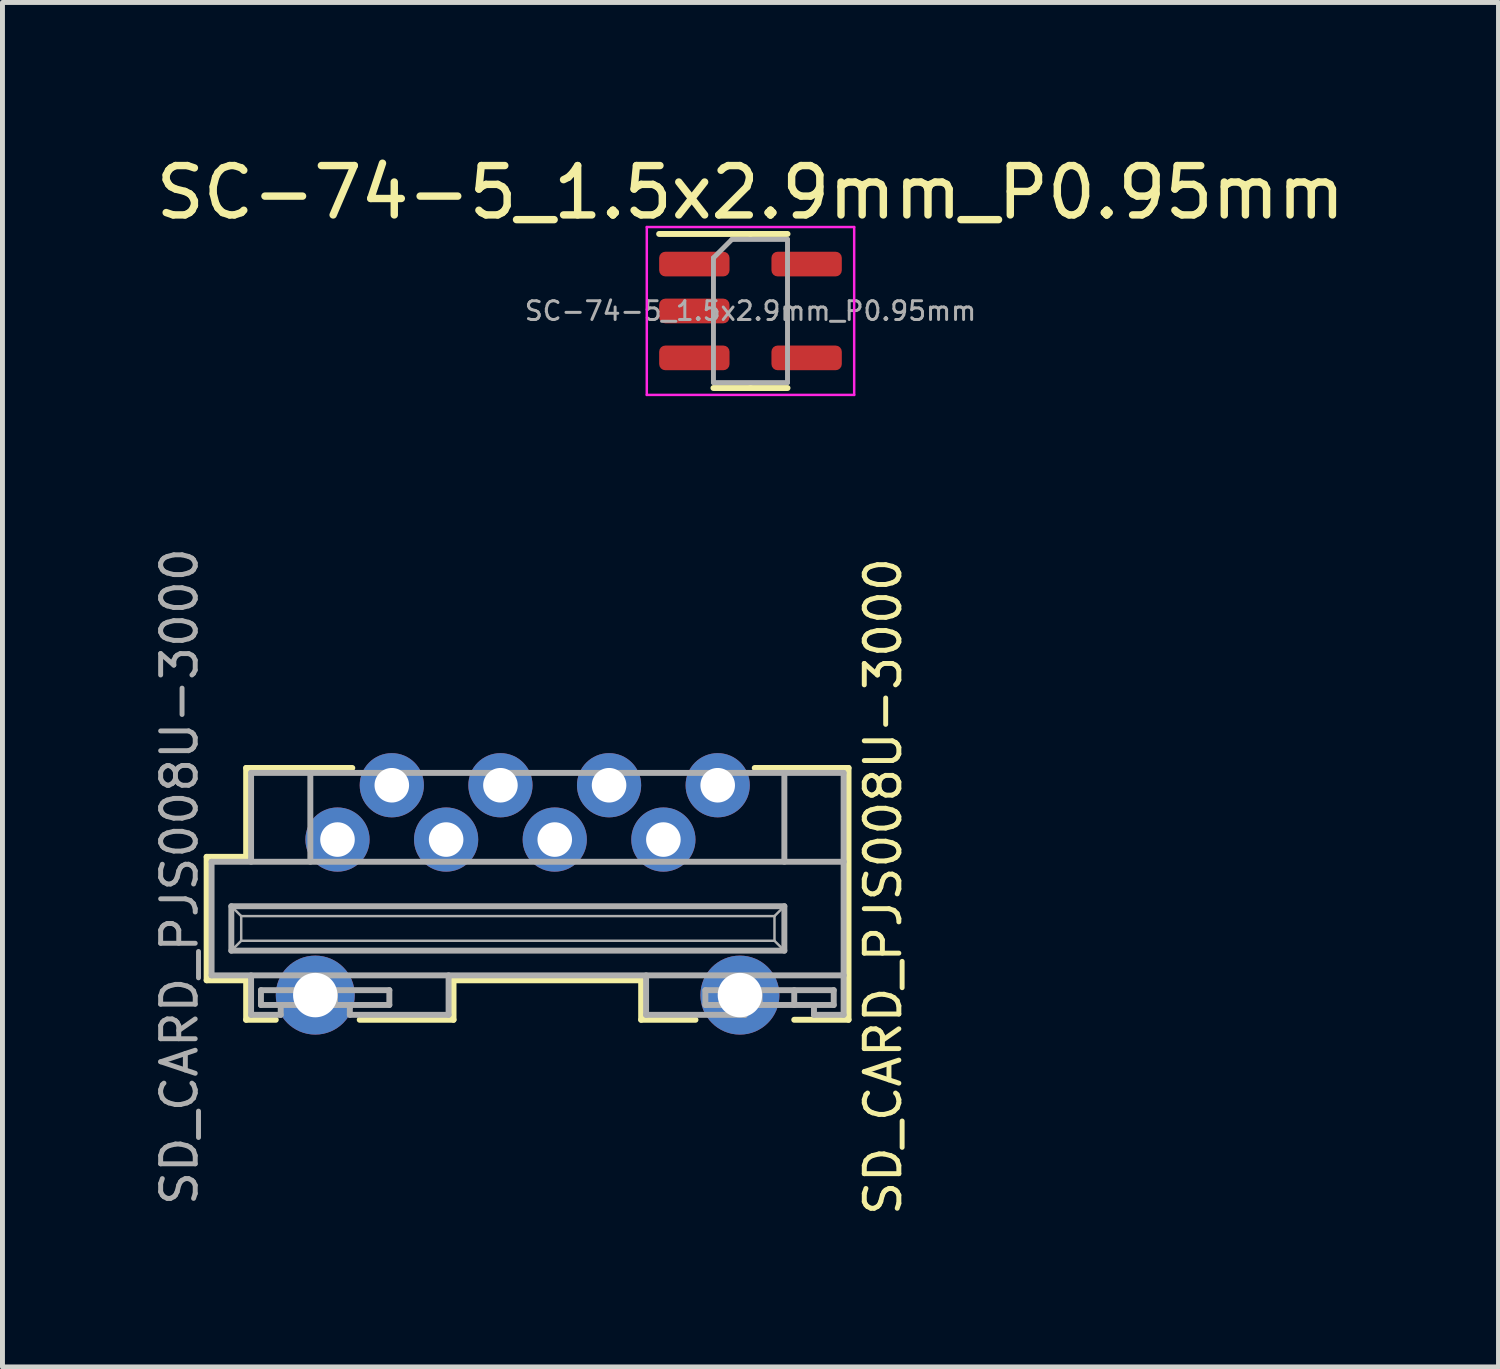
<source format=kicad_pcb>
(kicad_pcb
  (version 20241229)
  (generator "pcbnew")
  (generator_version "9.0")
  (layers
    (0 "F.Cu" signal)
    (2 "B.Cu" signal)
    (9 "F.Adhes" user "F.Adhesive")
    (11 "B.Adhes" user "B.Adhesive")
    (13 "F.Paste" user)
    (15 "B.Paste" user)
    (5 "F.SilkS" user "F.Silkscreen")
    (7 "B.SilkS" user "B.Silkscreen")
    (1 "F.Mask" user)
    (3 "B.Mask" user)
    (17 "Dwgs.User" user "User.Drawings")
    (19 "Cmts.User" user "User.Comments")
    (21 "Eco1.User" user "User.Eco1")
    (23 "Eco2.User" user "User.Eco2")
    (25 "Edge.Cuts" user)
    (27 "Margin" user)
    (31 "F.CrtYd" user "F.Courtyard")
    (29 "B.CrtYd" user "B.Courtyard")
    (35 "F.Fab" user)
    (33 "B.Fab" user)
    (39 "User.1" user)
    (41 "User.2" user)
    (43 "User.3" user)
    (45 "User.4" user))
  (footprint "SD_CARD_PJS008U-3000"
    (layer "F.Cu")
    (at 7.635 14.403)
    (property "Reference" "SD_CARD_PJS008U-3000" (at -7.05 0.3 90) (layer "F.Fab") (effects (font (size 0.7 0.7) (thickness 0.1))))
    (attr through_hole)
    (fp_line (start -6.5 -0.1) (end -5.7 -0.1) (stroke (width 0.12) (type solid)) (layer "F.SilkS"))
    (fp_line (start -6.5 2.4) (end -6.5 -0.1) (stroke (width 0.12) (type solid)) (layer "F.SilkS"))
    (fp_line (start -5.7 -1.9) (end -3.55 -1.9) (stroke (width 0.12) (type solid)) (layer "F.SilkS"))
    (fp_line (start -5.7 -0.1) (end -5.7 -1.9) (stroke (width 0.12) (type solid)) (layer "F.SilkS"))
    (fp_line (start -5.7 2.4) (end -6.5 2.4) (stroke (width 0.12) (type solid)) (layer "F.SilkS"))
    (fp_line (start -5.7 3.2) (end -5.7 2.4) (stroke (width 0.12) (type solid)) (layer "F.SilkS"))
    (fp_line (start -5.1 3.2) (end -5.7 3.2) (stroke (width 0.12) (type solid)) (layer "F.SilkS"))
    (fp_line (start -1.5 2.4) (end -1.5 3.2) (stroke (width 0.12) (type solid)) (layer "F.SilkS"))
    (fp_line (start -1.5 3.2) (end -3.4 3.2) (stroke (width 0.12) (type solid)) (layer "F.SilkS"))
    (fp_line (start 2.3 2.4) (end -1.5 2.4) (stroke (width 0.12) (type solid)) (layer "F.SilkS"))
    (fp_line (start 2.3 3.2) (end 2.3 2.4) (stroke (width 0.12) (type solid)) (layer "F.SilkS"))
    (fp_line (start 3.4 3.2) (end 2.3 3.2) (stroke (width 0.12) (type solid)) (layer "F.SilkS"))
    (fp_line (start 6.5 -1.9) (end 4.6 -1.9) (stroke (width 0.12) (type solid)) (layer "F.SilkS"))
    (fp_line (start 6.5 -1.9) (end 6.5 3.2) (stroke (width 0.12) (type solid)) (layer "F.SilkS"))
    (fp_line (start 6.5 3.2) (end 5.4 3.2) (stroke (width 0.12) (type solid)) (layer "F.SilkS"))
    (fp_line (start -6.4 0) (end -6.4 2.3) (stroke (width 0.12) (type solid)) (layer "F.Fab"))
    (fp_line (start -6.4 2.3) (end 6.4 2.3) (stroke (width 0.12) (type solid)) (layer "F.Fab"))
    (fp_line (start -6 0.9) (end 5.2 0.9) (stroke (width 0.12) (type solid)) (layer "F.Fab"))
    (fp_line (start -6 1.8) (end -6 0.9) (stroke (width 0.12) (type solid)) (layer "F.Fab"))
    (fp_line (start -5.8 1.1) (end -6 0.9) (stroke (width 0.05) (type solid)) (layer "F.Fab"))
    (fp_line (start -5.8 1.1) (end 5 1.1) (stroke (width 0.05) (type solid)) (layer "F.Fab"))
    (fp_line (start -5.8 1.6) (end -6 1.8) (stroke (width 0.05) (type solid)) (layer "F.Fab"))
    (fp_line (start -5.8 1.6) (end -5.8 1.1) (stroke (width 0.05) (type solid)) (layer "F.Fab"))
    (fp_line (start -5.6 -1.8) (end -5.6 0) (stroke (width 0.12) (type solid)) (layer "F.Fab"))
    (fp_line (start -5.6 2.3) (end -5.6 3.1) (stroke (width 0.12) (type solid)) (layer "F.Fab"))
    (fp_line (start -5.6 3.1) (end -5 3.1) (stroke (width 0.12) (type solid)) (layer "F.Fab"))
    (fp_line (start -5.4 2.6) (end -2.8 2.6) (stroke (width 0.12) (type solid)) (layer "F.Fab"))
    (fp_line (start -5.4 2.9) (end -5.4 2.6) (stroke (width 0.12) (type solid)) (layer "F.Fab"))
    (fp_line (start -5 2.9) (end -5.4 2.9) (stroke (width 0.12) (type solid)) (layer "F.Fab"))
    (fp_line (start -5 2.9) (end -3.6 2.9) (stroke (width 0.12) (type solid)) (layer "F.Fab"))
    (fp_line (start -5 3.1) (end -5 2.9) (stroke (width 0.12) (type solid)) (layer "F.Fab"))
    (fp_line (start -4.6 2.9) (end -4.6 2.6) (stroke (width 0.12) (type solid)) (layer "F.Fab"))
    (fp_line (start -4.4 0) (end -4.4 -1.8) (stroke (width 0.12) (type solid)) (layer "F.Fab"))
    (fp_line (start -3.9 2.6) (end -3.9 2.9) (stroke (width 0.12) (type solid)) (layer "F.Fab"))
    (fp_line (start -3.6 2.9) (end -3.6 3.1) (stroke (width 0.12) (type solid)) (layer "F.Fab"))
    (fp_line (start -3.6 3.1) (end -1.6 3.1) (stroke (width 0.12) (type solid)) (layer "F.Fab"))
    (fp_line (start -2.8 2.6) (end -2.8 2.9) (stroke (width 0.12) (type solid)) (layer "F.Fab"))
    (fp_line (start -2.8 2.9) (end -3.6 2.9) (stroke (width 0.12) (type solid)) (layer "F.Fab"))
    (fp_line (start -1.6 3.1) (end -1.6 2.3) (stroke (width 0.12) (type solid)) (layer "F.Fab"))
    (fp_line (start 2.4 3.1) (end 2.4 2.3) (stroke (width 0.12) (type solid)) (layer "F.Fab"))
    (fp_line (start 2.4 3.1) (end 4.4 3.1) (stroke (width 0.12) (type solid)) (layer "F.Fab"))
    (fp_line (start 3.6 2.6) (end 3.6 2.9) (stroke (width 0.12) (type solid)) (layer "F.Fab"))
    (fp_line (start 3.6 2.9) (end 4.4 2.9) (stroke (width 0.12) (type solid)) (layer "F.Fab"))
    (fp_line (start 4.4 2.9) (end 4.4 3.1) (stroke (width 0.12) (type solid)) (layer "F.Fab"))
    (fp_line (start 4.4 2.9) (end 5.8 2.9) (stroke (width 0.12) (type solid)) (layer "F.Fab"))
    (fp_line (start 4.7 2.9) (end 4.7 2.6) (stroke (width 0.12) (type solid)) (layer "F.Fab"))
    (fp_line (start 5 1.1) (end 5 1.6) (stroke (width 0.05) (type solid)) (layer "F.Fab"))
    (fp_line (start 5 1.1) (end 5.2 0.9) (stroke (width 0.05) (type solid)) (layer "F.Fab"))
    (fp_line (start 5 1.6) (end -5.8 1.6) (stroke (width 0.05) (type solid)) (layer "F.Fab"))
    (fp_line (start 5 1.6) (end 5.2 1.8) (stroke (width 0.05) (type solid)) (layer "F.Fab"))
    (fp_line (start 5.2 0) (end 5.2 -1.8) (stroke (width 0.12) (type solid)) (layer "F.Fab"))
    (fp_line (start 5.2 0.9) (end 5.2 1.8) (stroke (width 0.12) (type solid)) (layer "F.Fab"))
    (fp_line (start 5.2 1.8) (end -6 1.8) (stroke (width 0.12) (type solid)) (layer "F.Fab"))
    (fp_line (start 5.4 2.9) (end 5.4 2.6) (stroke (width 0.12) (type solid)) (layer "F.Fab"))
    (fp_line (start 5.8 2.9) (end 6.2 2.9) (stroke (width 0.12) (type solid)) (layer "F.Fab"))
    (fp_line (start 5.8 3.1) (end 5.8 2.9) (stroke (width 0.12) (type solid)) (layer "F.Fab"))
    (fp_line (start 6.2 2.6) (end 3.6 2.6) (stroke (width 0.12) (type solid)) (layer "F.Fab"))
    (fp_line (start 6.2 2.9) (end 6.2 2.6) (stroke (width 0.12) (type solid)) (layer "F.Fab"))
    (fp_line (start 6.4 -1.8) (end -5.6 -1.8) (stroke (width 0.12) (type solid)) (layer "F.Fab"))
    (fp_line (start 6.4 0) (end -6.4 0) (stroke (width 0.12) (type solid)) (layer "F.Fab"))
    (fp_line (start 6.4 0) (end 6.4 -1.8) (stroke (width 0.12) (type solid)) (layer "F.Fab"))
    (fp_line (start 6.4 0) (end 6.4 2.3) (stroke (width 0.12) (type solid)) (layer "F.Fab"))
    (fp_line (start 6.4 2.3) (end 6.4 3.1) (stroke (width 0.12) (type solid)) (layer "F.Fab"))
    (fp_line (start 6.4 3.1) (end 5.8 3.1) (stroke (width 0.12) (type solid)) (layer "F.Fab"))
    (fp_text user "${REFERENCE}" (at 7.2 0.5 90) (layer "F.SilkS") (effects (font (size 0.7 0.7) (thickness 0.1))))
    (pad "0" thru_hole circle (at -4.3 2.7) (size 1.6 1.6) (drill 0.9) (layers "*.Cu" "*.Mask"))
    (pad "0" thru_hole circle (at 4.3 2.7) (size 1.6 1.6) (drill 0.9) (layers "*.Cu" "*.Mask"))
    (pad "1" thru_hole circle (at -3.85 -0.45) (size 1.3 1.3) (drill 0.7) (layers "*.Cu" "*.Mask"))
    (pad "2" thru_hole circle (at -2.75 -1.55) (size 1.3 1.3) (drill 0.7) (layers "*.Cu" "*.Mask"))
    (pad "3" thru_hole circle (at -1.65 -0.45) (size 1.3 1.3) (drill 0.7) (layers "*.Cu" "*.Mask"))
    (pad "4" thru_hole circle (at -0.55 -1.55) (size 1.3 1.3) (drill 0.7) (layers "*.Cu" "*.Mask"))
    (pad "5" thru_hole circle (at 0.55 -0.45) (size 1.3 1.3) (drill 0.7) (layers "*.Cu" "*.Mask"))
    (pad "6" thru_hole circle (at 1.65 -1.55) (size 1.3 1.3) (drill 0.7) (layers "*.Cu" "*.Mask"))
    (pad "7" thru_hole circle (at 2.75 -0.45) (size 1.3 1.3) (drill 0.7) (layers "*.Cu" "*.Mask"))
    (pad "8" thru_hole circle (at 3.85 -1.55) (size 1.3 1.3) (drill 0.7) (layers "*.Cu" "*.Mask")))
  (footprint "SC-74-5_1.5x2.9mm_P0.95mm"
    (layer "F.Cu")
    (at 12.149 3.248)
    (property "Reference" "SC-74-5_1.5x2.9mm_P0.95mm" (at 0 -2.4 0) (layer "F.SilkS") (effects (font (size 1 1) (thickness 0.15))))
    (attr smd)
    (fp_line (start 0 -1.56) (end -1.85 -1.56) (stroke (width 0.12) (type solid)) (layer "F.SilkS"))
    (fp_line (start 0 -1.56) (end 0.75 -1.56) (stroke (width 0.12) (type solid)) (layer "F.SilkS"))
    (fp_line (start 0 1.56) (end -0.75 1.56) (stroke (width 0.12) (type solid)) (layer "F.SilkS"))
    (fp_line (start 0 1.56) (end 0.75 1.56) (stroke (width 0.12) (type solid)) (layer "F.SilkS"))
    (fp_line (start -2.1 -1.7) (end -2.1 1.7) (stroke (width 0.05) (type solid)) (layer "F.CrtYd"))
    (fp_line (start -2.1 1.7) (end 2.1 1.7) (stroke (width 0.05) (type solid)) (layer "F.CrtYd"))
    (fp_line (start 2.1 -1.7) (end -2.1 -1.7) (stroke (width 0.05) (type solid)) (layer "F.CrtYd"))
    (fp_line (start 2.1 1.7) (end 2.1 -1.7) (stroke (width 0.05) (type solid)) (layer "F.CrtYd"))
    (fp_line (start -0.75 -1.075) (end -0.375 -1.45) (stroke (width 0.1) (type solid)) (layer "F.Fab"))
    (fp_line (start -0.75 1.45) (end -0.75 -1.075) (stroke (width 0.1) (type solid)) (layer "F.Fab"))
    (fp_line (start -0.375 -1.45) (end 0.75 -1.45) (stroke (width 0.1) (type solid)) (layer "F.Fab"))
    (fp_line (start 0.75 -1.45) (end 0.75 1.45) (stroke (width 0.1) (type solid)) (layer "F.Fab"))
    (fp_line (start 0.75 1.45) (end -0.75 1.45) (stroke (width 0.1) (type solid)) (layer "F.Fab"))
    (fp_text user "${REFERENCE}" (at 0 0 0) (layer "F.Fab") (effects (font (size 0.38 0.38) (thickness 0.06))))
    (pad "1" smd roundrect (at -1.137 -0.95) (size 1.425 0.5) (layers "F.Cu" "F.Mask" "F.Paste") (roundrect_rratio 0.25))
    (pad "2" smd roundrect (at -1.137 0) (size 1.425 0.5) (layers "F.Cu" "F.Mask" "F.Paste") (roundrect_rratio 0.25))
    (pad "3" smd roundrect (at -1.137 0.95) (size 1.425 0.5) (layers "F.Cu" "F.Mask" "F.Paste") (roundrect_rratio 0.25))
    (pad "4" smd roundrect (at 1.137 0.95) (size 1.425 0.5) (layers "F.Cu" "F.Mask" "F.Paste") (roundrect_rratio 0.25))
    (pad "5" smd roundrect (at 1.137 -0.95) (size 1.425 0.5) (layers "F.Cu" "F.Mask" "F.Paste") (roundrect_rratio 0.25)))
  (gr_rect
    (start -3 -3)
    (end 27.298 24.633)
    (stroke (width 0.1) (type default))
    (fill no)
    (layer "Edge.Cuts")))
</source>
